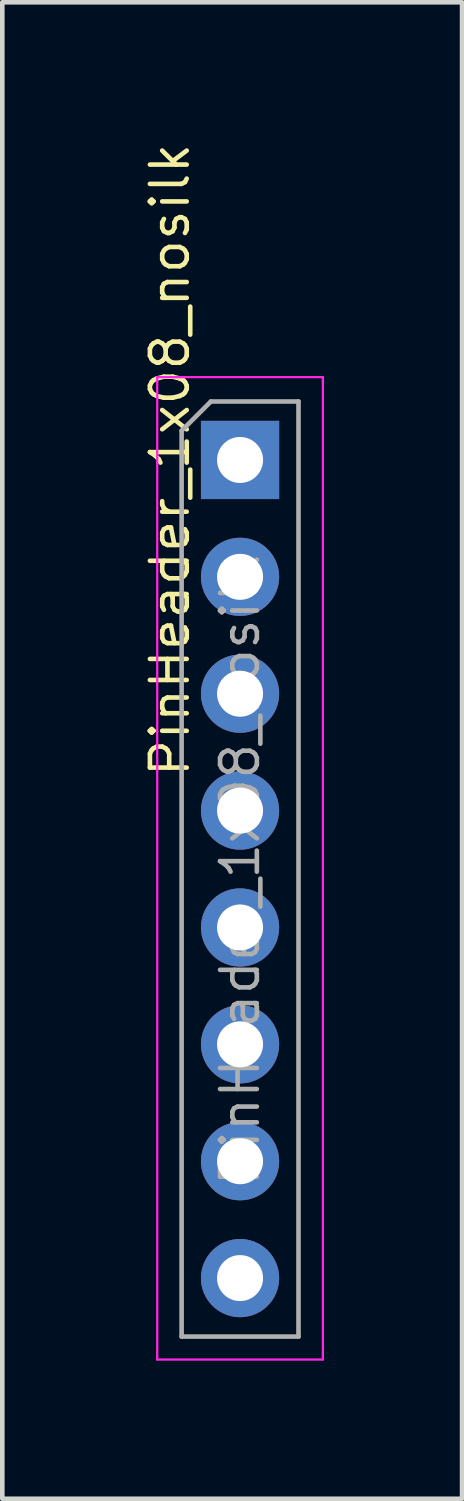
<source format=kicad_pcb>
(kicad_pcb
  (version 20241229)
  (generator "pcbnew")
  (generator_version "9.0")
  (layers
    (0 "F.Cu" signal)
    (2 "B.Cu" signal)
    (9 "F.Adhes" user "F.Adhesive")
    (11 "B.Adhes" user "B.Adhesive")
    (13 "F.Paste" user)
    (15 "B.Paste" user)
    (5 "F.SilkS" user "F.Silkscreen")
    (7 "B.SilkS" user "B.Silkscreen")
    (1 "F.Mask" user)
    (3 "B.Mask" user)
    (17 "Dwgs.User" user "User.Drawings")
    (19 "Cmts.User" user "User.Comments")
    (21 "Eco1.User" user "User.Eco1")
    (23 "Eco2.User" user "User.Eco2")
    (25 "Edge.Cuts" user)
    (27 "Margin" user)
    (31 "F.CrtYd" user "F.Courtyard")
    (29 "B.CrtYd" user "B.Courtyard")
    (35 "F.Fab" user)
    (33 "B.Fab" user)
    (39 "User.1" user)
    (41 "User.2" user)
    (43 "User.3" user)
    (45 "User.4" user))
  (footprint "PinHeader_1x08_nosilk"
    (layer "F.Cu")
    (at 2.167 6.946)
    (property "Reference" "PinHeader_1x08_nosilk" (at -1.524 0 270) (layer "F.SilkS") (effects (font (size 0.8 0.8) (thickness 0.1))))
    (attr through_hole)
    (fp_line (start -1.8 -1.8) (end -1.8 19.55) (stroke (width 0.05) (type solid)) (layer "F.CrtYd"))
    (fp_line (start -1.8 19.55) (end 1.8 19.55) (stroke (width 0.05) (type solid)) (layer "F.CrtYd"))
    (fp_line (start 1.8 -1.8) (end -1.8 -1.8) (stroke (width 0.05) (type solid)) (layer "F.CrtYd"))
    (fp_line (start 1.8 19.55) (end 1.8 -1.8) (stroke (width 0.05) (type solid)) (layer "F.CrtYd"))
    (fp_line (start -1.27 -0.635) (end -0.635 -1.27) (stroke (width 0.1) (type solid)) (layer "F.Fab"))
    (fp_line (start -1.27 19.05) (end -1.27 -0.635) (stroke (width 0.1) (type solid)) (layer "F.Fab"))
    (fp_line (start -0.635 -1.27) (end 1.27 -1.27) (stroke (width 0.1) (type solid)) (layer "F.Fab"))
    (fp_line (start 1.27 -1.27) (end 1.27 19.05) (stroke (width 0.1) (type solid)) (layer "F.Fab"))
    (fp_line (start 1.27 19.05) (end -1.27 19.05) (stroke (width 0.1) (type solid)) (layer "F.Fab"))
    (fp_text user "${REFERENCE}" (at 0 8.89 90) (layer "F.Fab") (effects (font (size 0.8 0.8) (thickness 0.1))))
    (pad "1" thru_hole rect (at 0 0) (size 1.7 1.7) (drill 1) (layers "*.Cu" "*.Mask"))
    (pad "2" thru_hole oval (at 0 2.54) (size 1.7 1.7) (drill 1) (layers "*.Cu" "*.Mask"))
    (pad "3" thru_hole oval (at 0 5.08) (size 1.7 1.7) (drill 1) (layers "*.Cu" "*.Mask"))
    (pad "4" thru_hole oval (at 0 7.62) (size 1.7 1.7) (drill 1) (layers "*.Cu" "*.Mask"))
    (pad "5" thru_hole oval (at 0 10.16) (size 1.7 1.7) (drill 1) (layers "*.Cu" "*.Mask"))
    (pad "6" thru_hole oval (at 0 12.7) (size 1.7 1.7) (drill 1) (layers "*.Cu" "*.Mask"))
    (pad "7" thru_hole oval (at 0 15.24) (size 1.7 1.7) (drill 1) (layers "*.Cu" "*.Mask"))
    (pad "8" thru_hole oval (at 0 17.78) (size 1.7 1.7) (drill 1) (layers "*.Cu" "*.Mask")))
  (gr_rect
    (start -3 -3)
    (end 6.992 29.521)
    (stroke (width 0.1) (type default))
    (fill no)
    (layer "Edge.Cuts")))
</source>
